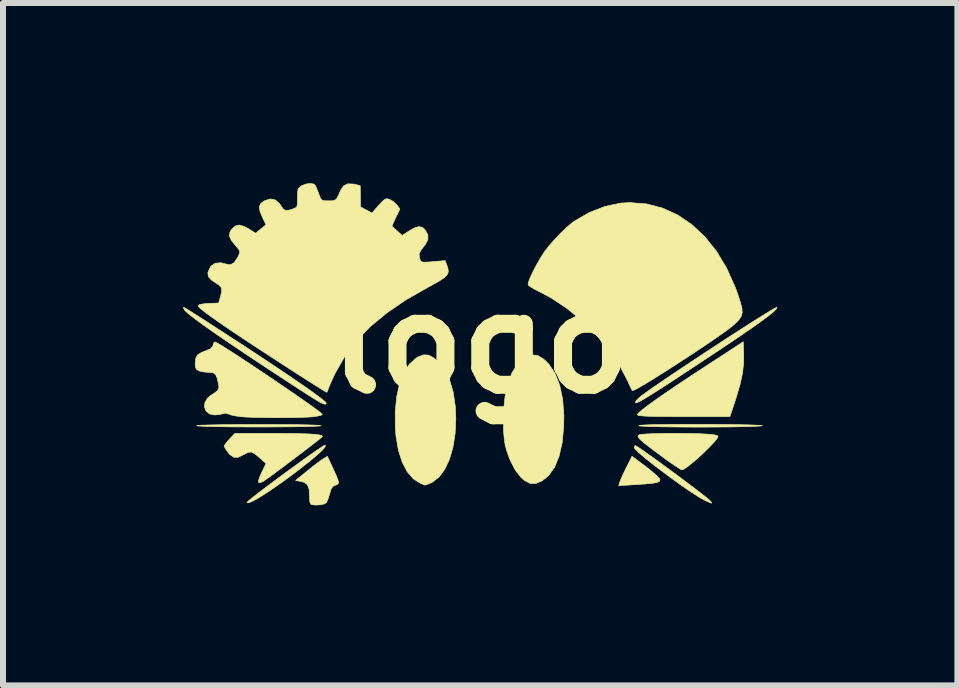
<source format=kicad_pcb>
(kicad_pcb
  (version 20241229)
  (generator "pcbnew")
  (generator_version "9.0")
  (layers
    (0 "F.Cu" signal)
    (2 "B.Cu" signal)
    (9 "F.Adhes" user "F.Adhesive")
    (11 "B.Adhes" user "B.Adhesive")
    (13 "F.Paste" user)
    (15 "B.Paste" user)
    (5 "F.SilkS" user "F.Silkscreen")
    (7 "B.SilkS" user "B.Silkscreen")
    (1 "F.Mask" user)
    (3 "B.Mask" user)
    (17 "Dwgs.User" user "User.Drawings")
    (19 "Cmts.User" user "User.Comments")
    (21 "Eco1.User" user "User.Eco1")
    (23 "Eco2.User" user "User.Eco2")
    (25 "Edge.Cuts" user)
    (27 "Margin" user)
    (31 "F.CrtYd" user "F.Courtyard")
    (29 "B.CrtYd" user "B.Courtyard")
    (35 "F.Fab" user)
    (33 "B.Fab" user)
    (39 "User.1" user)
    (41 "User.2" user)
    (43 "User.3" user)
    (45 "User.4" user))
  (footprint "logo"
    (layer "F.Cu")
    (at 4.951 2.671)
    (property "Reference" "logo" (at 0 0 0) (layer "F.SilkS") (effects (font (size 1.524 1.524) (thickness 0.3))))
    (attr through_hole)
    (fp_poly (pts (xy 2.756 2.051) (xy 2.849 2.124) (xy 2.924 2.189) (xy 2.975 2.239) (xy 2.992 2.264) (xy 2.991 2.288) (xy 2.971 2.306) (xy 2.928 2.32) (xy 2.854 2.332) (xy 2.742 2.342) (xy 2.594 2.352) (xy 2.306 2.37) (xy 2.325 2.309) (xy 2.345 2.257) (xy 2.381 2.177) (xy 2.426 2.082) (xy 2.436 2.064) (xy 2.528 1.88) (xy 2.756 2.051)) (stroke (width 0.01) (type solid)) (fill yes) (layer "F.SilkS"))
    (fp_poly (pts (xy 4.389 0.157) (xy 4.388 0.326) (xy 4.368 0.499) (xy 4.327 0.687) (xy 4.264 0.903) (xy 4.25 0.946) (xy 4.159 1.219) (xy 3.388 1.219) (xy 3.16 1.219) (xy 2.978 1.217) (xy 2.838 1.215) (xy 2.737 1.211) (xy 2.669 1.205) (xy 2.63 1.198) (xy 2.617 1.189) (xy 2.617 1.187) (xy 2.638 1.158) (xy 2.702 1.102) (xy 2.808 1.022) (xy 2.954 0.917) (xy 3.14 0.789) (xy 3.364 0.638) (xy 3.626 0.465) (xy 3.772 0.37) (xy 4.381 -0.028) (xy 4.389 0.157)) (stroke (width 0.01) (type solid)) (fill yes) (layer "F.SilkS"))
    (fp_poly (pts (xy -2.583 1.72) (xy -2.625 1.772) (xy -2.709 1.851) (xy -2.835 1.957) (xy -2.959 2.055) (xy -3.128 2.185) (xy -3.292 2.305) (xy -3.445 2.412) (xy -3.582 2.504) (xy -3.699 2.577) (xy -3.792 2.628) (xy -3.855 2.655) (xy -3.884 2.654) (xy -3.885 2.648) (xy -3.866 2.627) (xy -3.811 2.581) (xy -3.726 2.515) (xy -3.619 2.433) (xy -3.494 2.339) (xy -3.358 2.238) (xy -3.217 2.134) (xy -3.076 2.032) (xy -2.943 1.935) (xy -2.821 1.849) (xy -2.719 1.778) (xy -2.641 1.726) (xy -2.595 1.698) (xy -2.583 1.694) (xy -2.583 1.72)) (stroke (width 0.01) (type solid)) (fill yes) (layer "F.SilkS"))
    (fp_poly (pts (xy 3.683 1.349) (xy 3.909 1.35) (xy 4.116 1.352) (xy 4.299 1.354) (xy 4.453 1.357) (xy 4.575 1.361) (xy 4.658 1.365) (xy 4.698 1.369) (xy 4.699 1.372) (xy 4.657 1.377) (xy 4.571 1.382) (xy 4.45 1.386) (xy 4.3 1.389) (xy 4.127 1.392) (xy 3.938 1.393) (xy 3.74 1.394) (xy 3.54 1.394) (xy 3.344 1.393) (xy 3.159 1.391) (xy 2.993 1.389) (xy 2.851 1.386) (xy 2.74 1.381) (xy 2.668 1.377) (xy 2.642 1.372) (xy 2.656 1.365) (xy 2.72 1.36) (xy 2.833 1.355) (xy 2.995 1.352) (xy 3.204 1.35) (xy 3.46 1.349) (xy 3.683 1.349)) (stroke (width 0.01) (type solid)) (fill yes) (layer "F.SilkS"))
    (fp_poly (pts (xy -3.453 1.351) (xy -3.234 1.352) (xy -3.044 1.354) (xy -2.887 1.357) (xy -2.767 1.361) (xy -2.688 1.365) (xy -2.654 1.369) (xy -2.654 1.372) (xy -2.692 1.377) (xy -2.773 1.381) (xy -2.891 1.385) (xy -3.04 1.388) (xy -3.212 1.39) (xy -3.401 1.391) (xy -3.6 1.392) (xy -3.801 1.392) (xy -4 1.391) (xy -4.187 1.39) (xy -4.357 1.387) (xy -4.503 1.384) (xy -4.618 1.38) (xy -4.695 1.376) (xy -4.724 1.372) (xy -4.713 1.367) (xy -4.657 1.363) (xy -4.558 1.36) (xy -4.424 1.357) (xy -4.258 1.354) (xy -4.064 1.352) (xy -3.849 1.351) (xy -3.696 1.351) (xy -3.453 1.351)) (stroke (width 0.01) (type solid)) (fill yes) (layer "F.SilkS"))
    (fp_poly (pts (xy -2.456 2.077) (xy -2.404 2.191) (xy -2.373 2.267) (xy -2.361 2.314) (xy -2.368 2.34) (xy -2.391 2.355) (xy -2.413 2.361) (xy -2.456 2.383) (xy -2.486 2.43) (xy -2.507 2.499) (xy -2.531 2.578) (xy -2.556 2.639) (xy -2.567 2.656) (xy -2.608 2.677) (xy -2.677 2.69) (xy -2.752 2.693) (xy -2.811 2.685) (xy -2.828 2.675) (xy -2.838 2.642) (xy -2.844 2.576) (xy -2.845 2.534) (xy -2.852 2.425) (xy -2.879 2.356) (xy -2.93 2.316) (xy -2.985 2.3) (xy -3.077 2.283) (xy -2.879 2.122) (xy -2.787 2.048) (xy -2.702 1.983) (xy -2.637 1.936) (xy -2.614 1.921) (xy -2.547 1.881) (xy -2.456 2.077)) (stroke (width 0.01) (type solid)) (fill yes) (layer "F.SilkS"))
    (fp_poly (pts (xy 2.609 1.716) (xy 2.671 1.757) (xy 2.761 1.82) (xy 2.873 1.899) (xy 3 1.991) (xy 3.137 2.091) (xy 3.277 2.194) (xy 3.413 2.296) (xy 3.541 2.392) (xy 3.653 2.478) (xy 3.743 2.548) (xy 3.805 2.599) (xy 3.832 2.624) (xy 3.854 2.652) (xy 3.854 2.662) (xy 3.823 2.652) (xy 3.755 2.621) (xy 3.747 2.617) (xy 3.676 2.58) (xy 3.579 2.519) (xy 3.462 2.442) (xy 3.331 2.351) (xy 3.194 2.252) (xy 3.056 2.15) (xy 2.923 2.05) (xy 2.803 1.955) (xy 2.7 1.871) (xy 2.623 1.803) (xy 2.576 1.756) (xy 2.565 1.736) (xy 2.575 1.705) (xy 2.581 1.702) (xy 2.609 1.716)) (stroke (width 0.01) (type solid)) (fill yes) (layer "F.SilkS"))
    (fp_poly (pts (xy 0.955 0.201) (xy 1.056 0.261) (xy 1.142 0.345) (xy 1.246 0.501) (xy 1.323 0.696) (xy 1.372 0.929) (xy 1.393 1.197) (xy 1.39 1.383) (xy 1.365 1.651) (xy 1.314 1.877) (xy 1.239 2.061) (xy 1.138 2.202) (xy 1.034 2.287) (xy 0.928 2.333) (xy 0.832 2.333) (xy 0.737 2.284) (xy 0.672 2.225) (xy 0.582 2.108) (xy 0.502 1.952) (xy 0.481 1.901) (xy 0.442 1.792) (xy 0.416 1.698) (xy 0.4 1.598) (xy 0.39 1.476) (xy 0.387 1.41) (xy 0.387 1.138) (xy 0.412 0.891) (xy 0.459 0.675) (xy 0.527 0.493) (xy 0.615 0.352) (xy 0.648 0.316) (xy 0.755 0.229) (xy 0.856 0.19) (xy 0.955 0.201)) (stroke (width 0.01) (type solid)) (fill yes) (layer "F.SilkS"))
    (fp_poly (pts (xy 3.448 1.5) (xy 3.644 1.504) (xy 3.792 1.512) (xy 3.893 1.522) (xy 3.949 1.536) (xy 3.962 1.549) (xy 3.944 1.586) (xy 3.894 1.647) (xy 3.821 1.724) (xy 3.734 1.811) (xy 3.639 1.898) (xy 3.546 1.979) (xy 3.463 2.047) (xy 3.398 2.092) (xy 3.36 2.108) (xy 3.331 2.094) (xy 3.27 2.055) (xy 3.184 1.997) (xy 3.083 1.925) (xy 3.058 1.906) (xy 2.906 1.794) (xy 2.792 1.708) (xy 2.711 1.643) (xy 2.659 1.596) (xy 2.633 1.563) (xy 2.629 1.541) (xy 2.641 1.525) (xy 2.642 1.525) (xy 2.68 1.516) (xy 2.763 1.509) (xy 2.884 1.504) (xy 3.038 1.5) (xy 3.203 1.499) (xy 3.448 1.5)) (stroke (width 0.01) (type solid)) (fill yes) (layer "F.SilkS"))
    (fp_poly (pts (xy -0.865 0.194) (xy -0.784 0.236) (xy -0.715 0.291) (xy -0.603 0.426) (xy -0.514 0.601) (xy -0.451 0.812) (xy -0.415 1.055) (xy -0.407 1.252) (xy -0.419 1.503) (xy -0.455 1.731) (xy -0.513 1.931) (xy -0.592 2.098) (xy -0.688 2.228) (xy -0.801 2.314) (xy -0.831 2.328) (xy -0.887 2.35) (xy -0.918 2.361) (xy -0.92 2.361) (xy -0.946 2.351) (xy -0.991 2.334) (xy -1.113 2.258) (xy -1.217 2.138) (xy -1.301 1.977) (xy -1.364 1.778) (xy -1.404 1.545) (xy -1.416 1.388) (xy -1.416 1.121) (xy -1.39 0.879) (xy -1.342 0.666) (xy -1.271 0.486) (xy -1.179 0.344) (xy -1.068 0.245) (xy -1.034 0.225) (xy -0.944 0.191) (xy -0.865 0.194)) (stroke (width 0.01) (type solid)) (fill yes) (layer "F.SilkS"))
    (fp_poly (pts (xy -4.921 -0.591) (xy -4.883 -0.569) (xy -4.821 -0.53) (xy -4.73 -0.472) (xy -4.604 -0.392) (xy -4.496 -0.322) (xy -4.192 -0.125) (xy -3.905 0.061) (xy -3.64 0.236) (xy -3.398 0.397) (xy -3.181 0.543) (xy -2.993 0.672) (xy -2.836 0.781) (xy -2.712 0.871) (xy -2.624 0.938) (xy -2.575 0.98) (xy -2.565 0.995) (xy -2.576 1.013) (xy -2.609 1.008) (xy -2.671 0.98) (xy -2.765 0.924) (xy -2.87 0.858) (xy -3.259 0.605) (xy -3.608 0.376) (xy -3.918 0.17) (xy -4.187 -0.011) (xy -4.417 -0.168) (xy -4.605 -0.3) (xy -4.751 -0.408) (xy -4.856 -0.489) (xy -4.918 -0.546) (xy -4.936 -0.57) (xy -4.943 -0.586) (xy -4.946 -0.596) (xy -4.94 -0.599) (xy -4.921 -0.591)) (stroke (width 0.01) (type solid)) (fill yes) (layer "F.SilkS"))
    (fp_poly (pts (xy 4.944 -0.602) (xy 4.936 -0.578) (xy 4.889 -0.531) (xy 4.802 -0.46) (xy 4.674 -0.364) (xy 4.504 -0.244) (xy 4.293 -0.099) (xy 4.039 0.072) (xy 3.899 0.165) (xy 3.63 0.343) (xy 3.399 0.495) (xy 3.205 0.623) (xy 3.044 0.727) (xy 2.913 0.811) (xy 2.809 0.877) (xy 2.729 0.925) (xy 2.67 0.959) (xy 2.628 0.979) (xy 2.602 0.988) (xy 2.592 0.99) (xy 2.584 0.975) (xy 2.616 0.935) (xy 2.654 0.898) (xy 2.703 0.86) (xy 2.787 0.799) (xy 2.899 0.72) (xy 3.037 0.626) (xy 3.195 0.519) (xy 3.369 0.403) (xy 3.553 0.281) (xy 3.743 0.155) (xy 3.934 0.03) (xy 4.122 -0.093) (xy 4.302 -0.209) (xy 4.469 -0.316) (xy 4.618 -0.41) (xy 4.744 -0.489) (xy 4.844 -0.55) (xy 4.911 -0.588) (xy 4.943 -0.602) (xy 4.944 -0.602)) (stroke (width 0.01) (type solid)) (fill yes) (layer "F.SilkS"))
    (fp_poly (pts (xy -3.221 1.5) (xy -3.019 1.503) (xy -2.863 1.508) (xy -2.749 1.515) (xy -2.674 1.526) (xy -2.636 1.539) (xy -2.632 1.554) (xy -2.655 1.575) (xy -2.712 1.62) (xy -2.796 1.686) (xy -2.9 1.766) (xy -3.018 1.856) (xy -3.141 1.949) (xy -3.264 2.042) (xy -3.379 2.127) (xy -3.479 2.202) (xy -3.559 2.259) (xy -3.609 2.295) (xy -3.611 2.296) (xy -3.665 2.321) (xy -3.694 2.314) (xy -3.692 2.28) (xy -3.67 2.216) (xy -3.639 2.145) (xy -3.569 2.001) (xy -3.68 1.902) (xy -3.755 1.84) (xy -3.81 1.811) (xy -3.862 1.813) (xy -3.924 1.843) (xy -3.943 1.854) (xy -4.034 1.897) (xy -4.107 1.896) (xy -4.172 1.852) (xy -4.201 1.818) (xy -4.241 1.76) (xy -4.265 1.718) (xy -4.267 1.71) (xy -4.25 1.681) (xy -4.209 1.629) (xy -4.177 1.594) (xy -4.089 1.499) (xy -3.47 1.499) (xy -3.221 1.5)) (stroke (width 0.01) (type solid)) (fill yes) (layer "F.SilkS"))
    (fp_poly (pts (xy 2.771 -2.324) (xy 3.039 -2.254) (xy 3.292 -2.138) (xy 3.527 -1.978) (xy 3.742 -1.776) (xy 3.936 -1.534) (xy 4.105 -1.253) (xy 4.247 -0.936) (xy 4.289 -0.821) (xy 4.334 -0.685) (xy 4.359 -0.586) (xy 4.364 -0.511) (xy 4.347 -0.45) (xy 4.307 -0.392) (xy 4.243 -0.326) (xy 4.235 -0.319) (xy 4.183 -0.275) (xy 4.098 -0.211) (xy 3.984 -0.13) (xy 3.848 -0.036) (xy 3.696 0.067) (xy 3.533 0.175) (xy 3.365 0.285) (xy 3.198 0.393) (xy 3.038 0.495) (xy 2.891 0.588) (xy 2.761 0.667) (xy 2.656 0.729) (xy 2.58 0.77) (xy 2.539 0.787) (xy 2.537 0.787) (xy 2.522 0.766) (xy 2.494 0.71) (xy 2.458 0.63) (xy 2.456 0.626) (xy 2.32 0.366) (xy 2.142 0.107) (xy 1.931 -0.144) (xy 1.695 -0.377) (xy 1.441 -0.585) (xy 1.179 -0.759) (xy 0.996 -0.856) (xy 0.907 -0.9) (xy 0.838 -0.942) (xy 0.8 -0.972) (xy 0.797 -0.977) (xy 0.802 -1.016) (xy 0.829 -1.089) (xy 0.873 -1.185) (xy 0.929 -1.293) (xy 0.992 -1.405) (xy 1.057 -1.508) (xy 1.067 -1.524) (xy 1.14 -1.619) (xy 1.236 -1.728) (xy 1.343 -1.84) (xy 1.448 -1.94) (xy 1.539 -2.017) (xy 1.563 -2.035) (xy 1.816 -2.18) (xy 2.076 -2.282) (xy 2.338 -2.337) (xy 2.489 -2.346) (xy 2.771 -2.324)) (stroke (width 0.01) (type solid)) (fill yes) (layer "F.SilkS"))
    (fp_poly (pts (xy -4.391 -0.012) (xy -4.324 0.027) (xy -4.227 0.088) (xy -4.104 0.166) (xy -3.962 0.259) (xy -3.805 0.362) (xy -3.64 0.473) (xy -3.471 0.586) (xy -3.304 0.7) (xy -3.144 0.809) (xy -2.996 0.912) (xy -2.866 1.003) (xy -2.76 1.079) (xy -2.683 1.137) (xy -2.639 1.173) (xy -2.632 1.182) (xy -2.653 1.197) (xy -2.713 1.211) (xy -2.794 1.223) (xy -2.898 1.229) (xy -3.04 1.234) (xy -3.207 1.237) (xy -3.388 1.238) (xy -3.569 1.236) (xy -3.737 1.233) (xy -3.881 1.228) (xy -3.987 1.221) (xy -3.993 1.22) (xy -4.084 1.207) (xy -4.158 1.191) (xy -4.196 1.176) (xy -4.247 1.162) (xy -4.28 1.17) (xy -4.34 1.184) (xy -4.417 1.192) (xy -4.425 1.192) (xy -4.512 1.174) (xy -4.57 1.125) (xy -4.595 1.056) (xy -4.586 0.98) (xy -4.539 0.906) (xy -4.496 0.871) (xy -4.416 0.818) (xy -4.372 0.78) (xy -4.355 0.744) (xy -4.357 0.7) (xy -4.361 0.679) (xy -4.383 0.58) (xy -4.408 0.521) (xy -4.443 0.492) (xy -4.498 0.483) (xy -4.519 0.483) (xy -4.603 0.476) (xy -4.677 0.46) (xy -4.685 0.458) (xy -4.729 0.432) (xy -4.747 0.387) (xy -4.749 0.337) (xy -4.741 0.25) (xy -4.711 0.193) (xy -4.648 0.152) (xy -4.58 0.125) (xy -4.498 0.091) (xy -4.458 0.054) (xy -4.45 0.03) (xy -4.436 -0.014) (xy -4.422 -0.025) (xy -4.391 -0.012)) (stroke (width 0.01) (type solid)) (fill yes) (layer "F.SilkS"))
    (fp_poly (pts (xy -2.77 -2.653) (xy -2.751 -2.636) (xy -2.731 -2.594) (xy -2.703 -2.525) (xy -2.69 -2.49) (xy -2.664 -2.421) (xy -2.636 -2.387) (xy -2.59 -2.376) (xy -2.528 -2.375) (xy -2.462 -2.376) (xy -2.42 -2.387) (xy -2.389 -2.416) (xy -2.359 -2.475) (xy -2.328 -2.546) (xy -2.277 -2.624) (xy -2.205 -2.659) (xy -2.106 -2.654) (xy -2.083 -2.649) (xy -2 -2.627) (xy -1.997 -2.45) (xy -1.994 -2.274) (xy -1.899 -2.223) (xy -1.804 -2.172) (xy -1.693 -2.299) (xy -1.631 -2.366) (xy -1.589 -2.401) (xy -1.555 -2.411) (xy -1.515 -2.401) (xy -1.511 -2.4) (xy -1.445 -2.361) (xy -1.389 -2.307) (xy -1.339 -2.238) (xy -1.409 -2.096) (xy -1.443 -2.021) (xy -1.465 -1.967) (xy -1.469 -1.948) (xy -1.447 -1.929) (xy -1.4 -1.889) (xy -1.381 -1.871) (xy -1.301 -1.799) (xy -1.203 -1.863) (xy -1.1 -1.923) (xy -1.024 -1.946) (xy -0.965 -1.934) (xy -0.918 -1.891) (xy -0.872 -1.806) (xy -0.874 -1.723) (xy -0.924 -1.635) (xy -0.937 -1.62) (xy -0.995 -1.545) (xy -1.019 -1.485) (xy -1.013 -1.423) (xy -1.006 -1.403) (xy -0.994 -1.374) (xy -0.973 -1.359) (xy -0.932 -1.353) (xy -0.859 -1.356) (xy -0.786 -1.362) (xy -0.586 -1.379) (xy -0.558 -1.307) (xy -0.537 -1.242) (xy -0.533 -1.189) (xy -0.551 -1.143) (xy -0.597 -1.097) (xy -0.675 -1.044) (xy -0.791 -0.978) (xy -0.868 -0.937) (xy -1.236 -0.727) (xy -1.556 -0.508) (xy -1.832 -0.28) (xy -2.065 -0.038) (xy -2.259 0.22) (xy -2.417 0.496) (xy -2.43 0.524) (xy -2.476 0.624) (xy -2.513 0.709) (xy -2.536 0.766) (xy -2.54 0.784) (xy -2.554 0.811) (xy -2.56 0.813) (xy -2.586 0.799) (xy -2.649 0.761) (xy -2.744 0.702) (xy -2.868 0.623) (xy -3.015 0.529) (xy -3.18 0.423) (xy -3.359 0.307) (xy -3.367 0.302) (xy -3.672 0.103) (xy -3.935 -0.07) (xy -4.156 -0.218) (xy -4.339 -0.343) (xy -4.482 -0.444) (xy -4.589 -0.522) (xy -4.659 -0.579) (xy -4.694 -0.615) (xy -4.699 -0.626) (xy -4.676 -0.647) (xy -4.605 -0.66) (xy -4.529 -0.666) (xy -4.358 -0.673) (xy -4.327 -0.782) (xy -4.307 -0.87) (xy -4.313 -0.927) (xy -4.35 -0.97) (xy -4.394 -0.999) (xy -4.482 -1.059) (xy -4.528 -1.112) (xy -4.538 -1.168) (xy -4.534 -1.191) (xy -4.49 -1.284) (xy -4.419 -1.335) (xy -4.322 -1.344) (xy -4.227 -1.32) (xy -4.16 -1.312) (xy -4.101 -1.345) (xy -4.046 -1.424) (xy -4.03 -1.455) (xy -4.009 -1.505) (xy -4.009 -1.541) (xy -4.036 -1.583) (xy -4.076 -1.628) (xy -4.147 -1.717) (xy -4.178 -1.787) (xy -4.172 -1.848) (xy -4.148 -1.892) (xy -4.087 -1.953) (xy -4.017 -1.972) (xy -3.932 -1.949) (xy -3.864 -1.912) (xy -3.742 -1.836) (xy -3.656 -1.907) (xy -3.569 -1.977) (xy -3.626 -2.094) (xy -3.67 -2.2) (xy -3.681 -2.275) (xy -3.658 -2.33) (xy -3.599 -2.374) (xy -3.598 -2.375) (xy -3.499 -2.407) (xy -3.413 -2.39) (xy -3.34 -2.324) (xy -3.324 -2.298) (xy -3.282 -2.238) (xy -3.241 -2.214) (xy -3.182 -2.221) (xy -3.128 -2.238) (xy -3.083 -2.255) (xy -3.057 -2.277) (xy -3.046 -2.317) (xy -3.045 -2.387) (xy -3.046 -2.438) (xy -3.044 -2.514) (xy -3.035 -2.569) (xy -3.029 -2.581) (xy -2.977 -2.626) (xy -2.905 -2.655) (xy -2.83 -2.666) (xy -2.77 -2.653)) (stroke (width 0.01) (type solid)) (fill yes) (layer "F.SilkS")))
  (gr_rect
    (start -3 -3)
    (end 12.9 8.368)
    (stroke (width 0.1) (type default))
    (fill no)
    (layer "Edge.Cuts")))
</source>
